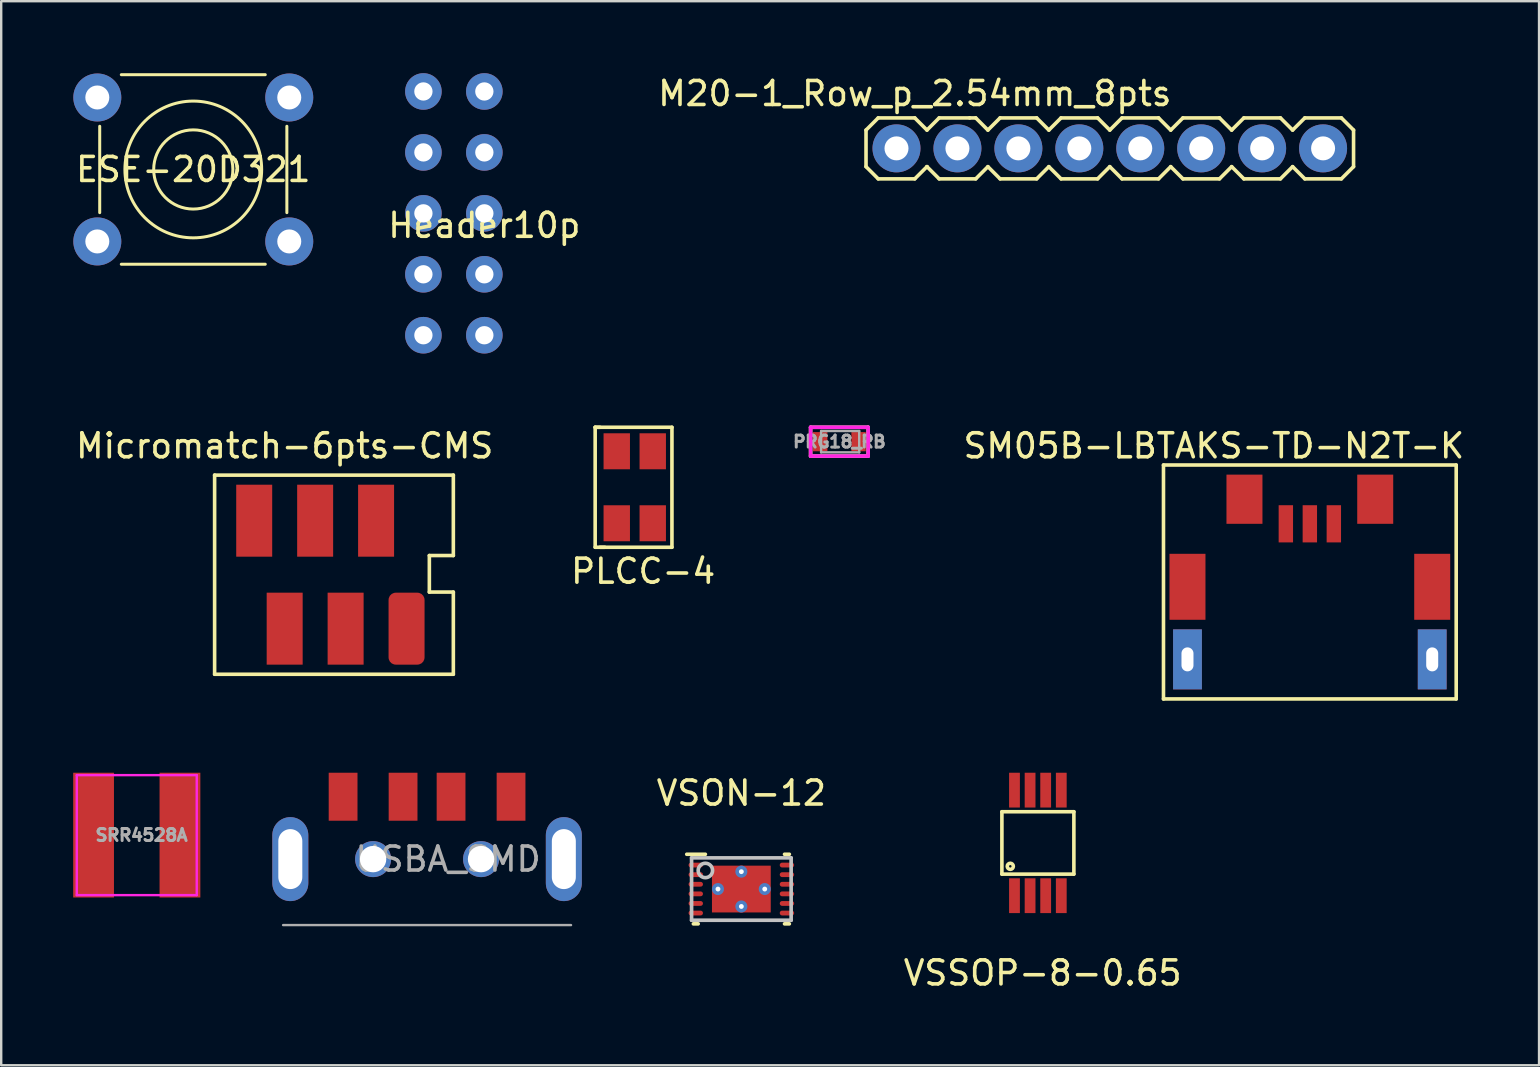
<source format=kicad_pcb>
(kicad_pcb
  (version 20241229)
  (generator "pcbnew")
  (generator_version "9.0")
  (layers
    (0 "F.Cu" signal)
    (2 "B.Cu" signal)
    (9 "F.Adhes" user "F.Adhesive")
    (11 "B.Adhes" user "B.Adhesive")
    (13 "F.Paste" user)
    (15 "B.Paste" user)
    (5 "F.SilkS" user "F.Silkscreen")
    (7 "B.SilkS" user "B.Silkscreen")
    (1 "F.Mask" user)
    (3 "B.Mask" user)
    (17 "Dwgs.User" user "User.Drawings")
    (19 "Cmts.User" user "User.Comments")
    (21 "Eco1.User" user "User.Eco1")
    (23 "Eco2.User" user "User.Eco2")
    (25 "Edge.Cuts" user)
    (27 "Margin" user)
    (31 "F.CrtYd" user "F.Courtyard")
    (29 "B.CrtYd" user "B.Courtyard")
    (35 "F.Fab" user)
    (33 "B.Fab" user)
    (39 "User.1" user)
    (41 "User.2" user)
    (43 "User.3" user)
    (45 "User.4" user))
  (footprint "USBA_SMD"
    (layer "F.Cu")
    (at 14.75 32.757)
    (property "Reference" "USBA_SMD" (at 0.875 0 0) (layer "F.Fab") (effects (font (size 1 1) (thickness 0.15))))
    (attr through_hole)
    (fp_line (start -6 2.75) (end 6 2.75) (stroke (width 0.1) (type solid)) (layer "F.Fab"))
    (pad "" np_thru_hole oval (at -5.7 0) (size 1.5 3.5) (drill oval 1 2.5) (layers "*.Cu" "*.Mask"))
    (pad "" np_thru_hole circle (at -2.25 0) (size 1.5 1.5) (drill 1.1) (layers "*.Cu" "*.Mask"))
    (pad "" np_thru_hole circle (at 2.25 0) (size 1.5 1.5) (drill 1.1) (layers "*.Cu" "*.Mask"))
    (pad "" np_thru_hole oval (at 5.7 0) (size 1.5 3.5) (drill oval 1 2.5) (layers "*.Cu" "*.Mask"))
    (pad "1" smd rect (at 3.5 -2.6) (size 1.2 2) (layers "F.Cu" "F.Mask" "F.Paste"))
    (pad "2" smd rect (at 1 -2.6) (size 1.2 2) (layers "F.Cu" "F.Mask" "F.Paste"))
    (pad "3" smd rect (at -1 -2.6) (size 1.2 2) (layers "F.Cu" "F.Mask" "F.Paste"))
    (pad "4" smd rect (at -3.5 -2.6) (size 1.2 2) (layers "F.Cu" "F.Mask" "F.Paste")))
  (footprint "VSON-12"
    (layer "F.Cu")
    (at 27.849 34.005)
    (property "Reference" "VSON-12" (at 0 -4 0) (layer "F.SilkS") (effects (font (size 1 1) (thickness 0.15))))
    (attr smd)
    (fp_line (start -2.275 -1.45) (end -1.5 -1.45) (stroke (width 0.152) (type solid)) (layer "F.SilkS"))
    (fp_line (start -2 1.45) (end -1.8 1.45) (stroke (width 0.152) (type solid)) (layer "F.SilkS"))
    (fp_line (start 1.8 -1.45) (end 2 -1.45) (stroke (width 0.152) (type solid)) (layer "F.SilkS"))
    (fp_line (start 1.8 1.45) (end 2 1.45) (stroke (width 0.152) (type solid)) (layer "F.SilkS"))
    (fp_line (start -2.075 -1.3) (end 2.075 -1.3) (stroke (width 0.152) (type solid)) (layer "Dwgs.User"))
    (fp_line (start -2.075 1.3) (end -2.075 -1.3) (stroke (width 0.152) (type solid)) (layer "Dwgs.User"))
    (fp_line (start -2.075 1.3) (end 2.075 1.3) (stroke (width 0.152) (type solid)) (layer "Dwgs.User"))
    (fp_line (start 2.075 1.3) (end 2.075 -1.3) (stroke (width 0.152) (type solid)) (layer "Dwgs.User"))
    (fp_circle (center -1.5 -0.775) (end -1.2 -0.775) (stroke (width 0.152) (type solid)) (fill no) (layer "Dwgs.User"))
    (pad "1" smd oval (at -1.9 -1 90) (size 0.2 0.6) (layers "F.Cu" "F.Mask" "F.Paste"))
    (pad "2" smd oval (at -1.9 -0.6 90) (size 0.2 0.6) (layers "F.Cu" "F.Mask" "F.Paste"))
    (pad "3" smd oval (at -1.9 -0.2 90) (size 0.2 0.6) (layers "F.Cu" "F.Mask" "F.Paste"))
    (pad "4" smd oval (at -1.9 0.2 90) (size 0.2 0.6) (layers "F.Cu" "F.Mask" "F.Paste"))
    (pad "5" smd oval (at -1.9 0.6 90) (size 0.2 0.6) (layers "F.Cu" "F.Mask" "F.Paste"))
    (pad "6" smd oval (at -1.9 1 90) (size 0.2 0.6) (layers "F.Cu" "F.Mask" "F.Paste"))
    (pad "7" smd oval (at 1.9 1 90) (size 0.2 0.6) (layers "F.Cu" "F.Mask" "F.Paste"))
    (pad "8" smd oval (at 1.9 0.6 90) (size 0.2 0.6) (layers "F.Cu" "F.Mask" "F.Paste"))
    (pad "9" smd oval (at 1.9 0.2 90) (size 0.2 0.6) (layers "F.Cu" "F.Mask" "F.Paste"))
    (pad "10" smd oval (at 1.9 -0.2 90) (size 0.2 0.6) (layers "F.Cu" "F.Mask" "F.Paste"))
    (pad "11" smd oval (at 1.9 -0.6 90) (size 0.2 0.6) (layers "F.Cu" "F.Mask" "F.Paste"))
    (pad "12" smd oval (at 1.9 -1 90) (size 0.2 0.6) (layers "F.Cu" "F.Mask" "F.Paste"))
    (pad "13" thru_hole circle (at -0.975 0.000003) (size 0.5 0.5) (drill 0.203) (layers "*.Cu" "*.Mask"))
    (pad "13" thru_hole circle (at 0 -0.725) (size 0.5 0.5) (drill 0.203) (layers "*.Cu" "*.Mask"))
    (pad "13" smd rect (at 0 0) (size 2.45 1.95) (layers "F.Cu" "F.Mask" "F.Paste"))
    (pad "13" thru_hole circle (at 0 0.725) (size 0.5 0.5) (drill 0.203) (layers "*.Cu" "*.Mask"))
    (pad "13" thru_hole circle (at 0.975 0.000003) (size 0.5 0.5) (drill 0.203) (layers "*.Cu" "*.Mask")))
  (footprint "ESE-20D321"
    (layer "F.Cu")
    (at 5.006 4.013)
    (property "Reference" "ESE-20D321" (at 0 0 0) (layer "F.SilkS") (effects (font (size 1 1) (thickness 0.15))))
    (attr through_hole)
    (fp_line (start -3.9 1.8) (end -3.9 -1.8) (stroke (width 0.125) (type solid)) (layer "F.SilkS"))
    (fp_line (start -3 -3.95) (end 3 -3.95) (stroke (width 0.125) (type solid)) (layer "F.SilkS"))
    (fp_line (start 3 3.95) (end -3 3.95) (stroke (width 0.125) (type solid)) (layer "F.SilkS"))
    (fp_line (start 3.9 -1.8) (end 3.9 1.8) (stroke (width 0.125) (type solid)) (layer "F.SilkS"))
    (fp_circle (center 0 0) (end 1.65 0) (stroke (width 0.125) (type solid)) (fill no) (layer "F.SilkS"))
    (fp_circle (center 0 0) (end 2.85 0) (stroke (width 0.125) (type solid)) (fill no) (layer "F.SilkS"))
    (pad "1" thru_hole circle (at -4 -3) (size 2 2) (drill 1) (layers "*.Cu" "*.Mask"))
    (pad "1" thru_hole circle (at 4 -3) (size 2 2) (drill 1) (layers "*.Cu" "*.Mask"))
    (pad "2" thru_hole circle (at -4 3) (size 2 2) (drill 1) (layers "*.Cu" "*.Mask"))
    (pad "2" thru_hole circle (at 4 3) (size 2 2) (drill 1) (layers "*.Cu" "*.Mask")))
  (footprint "PLCC-4"
    (layer "F.Cu")
    (at 23.406 17.259)
    (property "Reference" "PLCC-4" (at 0.35 3.5 0) (layer "F.SilkS") (effects (font (size 1 1) (thickness 0.15))))
    (attr through_hole)
    (fp_line (start -1.65 -2.5) (end -1.45 -2.5) (stroke (width 0.15) (type solid)) (layer "F.SilkS"))
    (fp_line (start -1.65 -2.5) (end 1.55 -2.5) (stroke (width 0.15) (type solid)) (layer "F.SilkS"))
    (fp_line (start -1.65 2.5) (end -1.65 -2.5) (stroke (width 0.15) (type solid)) (layer "F.SilkS"))
    (fp_line (start -1.25 2.5) (end -1.65 2.5) (stroke (width 0.15) (type solid)) (layer "F.SilkS"))
    (fp_line (start 1.55 -2.5) (end 1.55 2.5) (stroke (width 0.15) (type solid)) (layer "F.SilkS"))
    (fp_line (start 1.55 2.5) (end -1.45 2.5) (stroke (width 0.15) (type solid)) (layer "F.SilkS"))
    (pad "1" smd rect (at -0.75 1.5) (size 1.1 1.5) (layers "F.Cu" "F.Mask" "F.Paste"))
    (pad "2" smd rect (at -0.75 -1.5) (size 1.1 1.5) (layers "F.Cu" "F.Mask" "F.Paste"))
    (pad "3" smd rect (at 0.75 -1.5) (size 1.1 1.5) (layers "F.Cu" "F.Mask" "F.Paste"))
    (pad "4" smd rect (at 0.75 1.5) (size 1.1 1.5) (layers "F.Cu" "F.Mask" "F.Paste")))
  (footprint "PRG18_RB"
    (layer "F.Cu")
    (at 31.935 15.359)
    (property "Reference" "PRG18_RB" (at 0 0 0) (layer "F.Fab") (effects (font (size 0.5 0.5) (thickness 0.125))))
    (attr through_hole)
    (fp_line (start -1.2 -0.6) (end 1.2 -0.6) (stroke (width 0.15) (type solid)) (layer "F.SilkS"))
    (fp_line (start -1.2 0.6) (end -1.2 -0.6) (stroke (width 0.15) (type solid)) (layer "F.SilkS"))
    (fp_line (start 1.2 -0.6) (end 1.2 0.6) (stroke (width 0.15) (type solid)) (layer "F.SilkS"))
    (fp_line (start 1.2 0.6) (end -1.2 0.6) (stroke (width 0.15) (type solid)) (layer "F.SilkS"))
    (fp_line (start -1.2 -0.6) (end 1.2 -0.6) (stroke (width 0.15) (type solid)) (layer "F.CrtYd"))
    (fp_line (start -1.2 0.6) (end -1.2 -0.6) (stroke (width 0.15) (type solid)) (layer "F.CrtYd"))
    (fp_line (start 1.2 -0.6) (end 1.2 0.6) (stroke (width 0.15) (type solid)) (layer "F.CrtYd"))
    (fp_line (start 1.2 0.6) (end -1.2 0.6) (stroke (width 0.15) (type solid)) (layer "F.CrtYd"))
    (fp_line (start -0.762 -0.445) (end 0.826 -0.445) (stroke (width 0.1) (type solid)) (layer "F.Fab"))
    (fp_line (start -0.762 0.445) (end -0.762 -0.445) (stroke (width 0.1) (type solid)) (layer "F.Fab"))
    (fp_line (start 0.826 -0.445) (end 0.826 0.445) (stroke (width 0.1) (type solid)) (layer "F.Fab"))
    (fp_line (start 0.826 0.445) (end -0.762 0.445) (stroke (width 0.1) (type solid)) (layer "F.Fab"))
    (pad "1" smd rect (at -0.8 0) (size 0.6 0.8) (layers "F.Cu" "F.Mask" "F.Paste"))
    (pad "2" smd rect (at 0.8 0) (size 0.6 0.8) (layers "F.Cu" "F.Mask" "F.Paste")))
  (footprint "SRR4528A"
    (layer "F.Cu")
    (at 2.65 31.757)
    (property "Reference" "SRR4528A" (at 0.2 0 0) (layer "F.Fab") (effects (font (size 0.5 0.5) (thickness 0.125))))
    (attr through_hole)
    (fp_line (start -2.5 -2.5) (end -2.5 2.5) (stroke (width 0.1) (type solid)) (layer "F.CrtYd"))
    (fp_line (start -2.5 2.5) (end 2.5 2.5) (stroke (width 0.1) (type solid)) (layer "F.CrtYd"))
    (fp_line (start 2.5 -2.5) (end -2.5 -2.5) (stroke (width 0.1) (type solid)) (layer "F.CrtYd"))
    (fp_line (start 2.5 2.5) (end 2.5 -2.5) (stroke (width 0.1) (type solid)) (layer "F.CrtYd"))
    (pad "1" smd rect (at -1.8 0) (size 1.7 5.2) (layers "F.Cu" "F.Mask" "F.Paste"))
    (pad "2" smd rect (at 1.8 0) (size 1.7 5.2) (layers "F.Cu" "F.Mask" "F.Paste")))
  (footprint "M20-1_Row_p_2.54mm_8pts"
    (layer "F.Cu")
    (at 34.315 3.134)
    (property "Reference" "M20-1_Row_p_2.54mm_8pts" (at 0.762 -2.286 0) (layer "F.SilkS") (effects (font (size 1 1) (thickness 0.15))))
    (attr through_hole)
    (fp_line (start -1.27 -0.762) (end -0.762 -1.27) (stroke (width 0.15) (type solid)) (layer "F.SilkS"))
    (fp_line (start -1.27 0.762) (end -1.27 -0.762) (stroke (width 0.15) (type solid)) (layer "F.SilkS"))
    (fp_line (start -0.762 -1.27) (end 0.762 -1.27) (stroke (width 0.15) (type solid)) (layer "F.SilkS"))
    (fp_line (start -0.762 1.27) (end -1.27 0.762) (stroke (width 0.15) (type solid)) (layer "F.SilkS"))
    (fp_line (start 0.762 -1.27) (end 1.27 -0.762) (stroke (width 0.15) (type solid)) (layer "F.SilkS"))
    (fp_line (start 0.762 1.27) (end -0.762 1.27) (stroke (width 0.15) (type solid)) (layer "F.SilkS"))
    (fp_line (start 0.762 1.27) (end 1.27 0.762) (stroke (width 0.15) (type solid)) (layer "F.SilkS"))
    (fp_line (start 1.27 -0.762) (end 1.778 -1.27) (stroke (width 0.15) (type solid)) (layer "F.SilkS"))
    (fp_line (start 1.27 0.762) (end 1.27 0.762) (stroke (width 0.15) (type solid)) (layer "F.SilkS"))
    (fp_line (start 1.27 0.762) (end 1.778 1.27) (stroke (width 0.15) (type solid)) (layer "F.SilkS"))
    (fp_line (start 1.778 -1.27) (end 3.048 -1.27) (stroke (width 0.15) (type solid)) (layer "F.SilkS"))
    (fp_line (start 1.778 1.27) (end 3.302 1.27) (stroke (width 0.15) (type solid)) (layer "F.SilkS"))
    (fp_line (start 3.048 -1.27) (end 3.302 -1.27) (stroke (width 0.15) (type solid)) (layer "F.SilkS"))
    (fp_line (start 3.302 -1.27) (end 3.81 -0.762) (stroke (width 0.15) (type solid)) (layer "F.SilkS"))
    (fp_line (start 3.302 1.27) (end 3.81 0.762) (stroke (width 0.15) (type solid)) (layer "F.SilkS"))
    (fp_line (start 3.81 -0.762) (end 4.318 -1.27) (stroke (width 0.15) (type solid)) (layer "F.SilkS"))
    (fp_line (start 3.81 0.762) (end 4.318 1.27) (stroke (width 0.15) (type solid)) (layer "F.SilkS"))
    (fp_line (start 4.318 -1.27) (end 5.842 -1.27) (stroke (width 0.15) (type solid)) (layer "F.SilkS"))
    (fp_line (start 4.318 1.27) (end 5.842 1.27) (stroke (width 0.15) (type solid)) (layer "F.SilkS"))
    (fp_line (start 5.842 -1.27) (end 6.35 -0.762) (stroke (width 0.15) (type solid)) (layer "F.SilkS"))
    (fp_line (start 5.842 1.27) (end 6.35 0.762) (stroke (width 0.15) (type solid)) (layer "F.SilkS"))
    (fp_line (start 6.35 -0.762) (end 6.858 -1.27) (stroke (width 0.15) (type solid)) (layer "F.SilkS"))
    (fp_line (start 6.35 0.762) (end 6.858 1.27) (stroke (width 0.15) (type solid)) (layer "F.SilkS"))
    (fp_line (start 6.858 -1.27) (end 8.382 -1.27) (stroke (width 0.15) (type solid)) (layer "F.SilkS"))
    (fp_line (start 6.858 1.27) (end 8.382 1.27) (stroke (width 0.15) (type solid)) (layer "F.SilkS"))
    (fp_line (start 8.382 -1.27) (end 8.89 -0.762) (stroke (width 0.15) (type solid)) (layer "F.SilkS"))
    (fp_line (start 8.382 1.27) (end 8.89 0.762) (stroke (width 0.15) (type solid)) (layer "F.SilkS"))
    (fp_line (start 8.89 -0.762) (end 9.398 -1.27) (stroke (width 0.15) (type solid)) (layer "F.SilkS"))
    (fp_line (start 8.89 0.762) (end 9.398 1.27) (stroke (width 0.15) (type solid)) (layer "F.SilkS"))
    (fp_line (start 9.398 -1.27) (end 10.922 -1.27) (stroke (width 0.15) (type solid)) (layer "F.SilkS"))
    (fp_line (start 9.398 1.27) (end 10.922 1.27) (stroke (width 0.15) (type solid)) (layer "F.SilkS"))
    (fp_line (start 10.922 -1.27) (end 11.43 -0.762) (stroke (width 0.15) (type solid)) (layer "F.SilkS"))
    (fp_line (start 10.922 1.27) (end 11.43 0.762) (stroke (width 0.15) (type solid)) (layer "F.SilkS"))
    (fp_line (start 11.43 -0.762) (end 11.938 -1.27) (stroke (width 0.15) (type solid)) (layer "F.SilkS"))
    (fp_line (start 11.43 0.762) (end 11.938 1.27) (stroke (width 0.15) (type solid)) (layer "F.SilkS"))
    (fp_line (start 11.938 -1.27) (end 13.462 -1.27) (stroke (width 0.15) (type solid)) (layer "F.SilkS"))
    (fp_line (start 11.938 1.27) (end 13.462 1.27) (stroke (width 0.15) (type solid)) (layer "F.SilkS"))
    (fp_line (start 13.462 -1.27) (end 13.97 -0.762) (stroke (width 0.15) (type solid)) (layer "F.SilkS"))
    (fp_line (start 13.462 1.27) (end 13.97 0.762) (stroke (width 0.15) (type solid)) (layer "F.SilkS"))
    (fp_line (start 13.97 -0.762) (end 14.478 -1.27) (stroke (width 0.15) (type solid)) (layer "F.SilkS"))
    (fp_line (start 13.97 0.762) (end 14.478 1.27) (stroke (width 0.15) (type solid)) (layer "F.SilkS"))
    (fp_line (start 14.478 -1.27) (end 16.002 -1.27) (stroke (width 0.15) (type solid)) (layer "F.SilkS"))
    (fp_line (start 14.478 1.27) (end 16.002 1.27) (stroke (width 0.15) (type solid)) (layer "F.SilkS"))
    (fp_line (start 16.002 -1.27) (end 16.51 -0.762) (stroke (width 0.15) (type solid)) (layer "F.SilkS"))
    (fp_line (start 16.51 -0.762) (end 17.018 -1.27) (stroke (width 0.15) (type solid)) (layer "F.SilkS"))
    (fp_line (start 16.51 0.762) (end 16.002 1.27) (stroke (width 0.15) (type solid)) (layer "F.SilkS"))
    (fp_line (start 16.51 0.762) (end 17.018 1.27) (stroke (width 0.15) (type solid)) (layer "F.SilkS"))
    (fp_line (start 17.018 -1.27) (end 18.542 -1.27) (stroke (width 0.15) (type solid)) (layer "F.SilkS"))
    (fp_line (start 17.018 1.27) (end 18.542 1.27) (stroke (width 0.15) (type solid)) (layer "F.SilkS"))
    (fp_line (start 18.542 -1.27) (end 19.05 -0.762) (stroke (width 0.15) (type solid)) (layer "F.SilkS"))
    (fp_line (start 18.542 1.27) (end 19.05 0.762) (stroke (width 0.15) (type solid)) (layer "F.SilkS"))
    (fp_line (start 19.05 -0.762) (end 19.05 0.762) (stroke (width 0.15) (type solid)) (layer "F.SilkS"))
    (pad "1" thru_hole circle (at 0 0) (size 2 2) (drill 1) (layers "*.Cu" "*.Mask"))
    (pad "2" thru_hole circle (at 2.54 0) (size 2 2) (drill 1) (layers "*.Cu" "*.Mask"))
    (pad "3" thru_hole circle (at 5.08 0) (size 2 2) (drill 1) (layers "*.Cu" "*.Mask"))
    (pad "4" thru_hole circle (at 7.62 0) (size 2 2) (drill 1) (layers "*.Cu" "*.Mask"))
    (pad "5" thru_hole circle (at 10.16 0) (size 2 2) (drill 1) (layers "*.Cu" "*.Mask"))
    (pad "6" thru_hole circle (at 12.7 0) (size 2 2) (drill 1) (layers "*.Cu" "*.Mask"))
    (pad "7" thru_hole circle (at 15.24 0) (size 2 2) (drill 1) (layers "*.Cu" "*.Mask"))
    (pad "8" thru_hole circle (at 17.78 0) (size 2 2) (drill 1) (layers "*.Cu" "*.Mask")))
  (footprint "VSSOP-8-0.65"
    (layer "F.Cu")
    (at 40.208 32.082)
    (property "Reference" "VSSOP-8-0.65" (at 0.2 5.42 0) (layer "F.SilkS") (effects (font (size 1 1) (thickness 0.15))))
    (attr smd)
    (fp_line (start -1.5 -1.3) (end 1.5 -1.3) (stroke (width 0.15) (type solid)) (layer "F.SilkS"))
    (fp_line (start -1.5 1.3) (end -1.5 -1.3) (stroke (width 0.15) (type solid)) (layer "F.SilkS"))
    (fp_line (start -1.5 1.3) (end 1.5 1.3) (stroke (width 0.15) (type solid)) (layer "F.SilkS"))
    (fp_line (start 1.5 1.3) (end 1.5 -1.3) (stroke (width 0.15) (type solid)) (layer "F.SilkS"))
    (fp_circle (center -1.15 0.975) (end -1.025 1) (stroke (width 0.15) (type solid)) (fill no) (layer "F.SilkS"))
    (pad "1" smd rect (at -0.975 2.2) (size 0.45 1.45) (layers "F.Cu" "F.Mask" "F.Paste"))
    (pad "2" smd rect (at -0.325 2.2) (size 0.45 1.45) (layers "F.Cu" "F.Mask" "F.Paste"))
    (pad "3" smd rect (at 0.325 2.2) (size 0.45 1.45) (layers "F.Cu" "F.Mask" "F.Paste"))
    (pad "4" smd rect (at 0.975 2.2) (size 0.45 1.45) (layers "F.Cu" "F.Mask" "F.Paste"))
    (pad "5" smd rect (at 0.975 -2.2) (size 0.45 1.45) (layers "F.Cu" "F.Mask" "F.Paste"))
    (pad "6" smd rect (at 0.325 -2.2) (size 0.45 1.45) (layers "F.Cu" "F.Mask" "F.Paste"))
    (pad "7" smd rect (at -0.325 -2.2) (size 0.45 1.45) (layers "F.Cu" "F.Mask" "F.Paste"))
    (pad "8" smd rect (at -0.975 -2.2) (size 0.45 1.45) (layers "F.Cu" "F.Mask" "F.Paste")))
  (footprint "SM05B-LBTAKS-TD-N2T-K"
    (layer "F.Cu")
    (at 46.443 24.432)
    (property "Reference" "SM05B-LBTAKS-TD-N2T-K" (at 1.1 -8.9 0) (layer "F.SilkS") (effects (font (size 1 1) (thickness 0.15))))
    (attr through_hole)
    (fp_line (start -1 -8.1) (end 11.2 -8.1) (stroke (width 0.15) (type solid)) (layer "F.SilkS"))
    (fp_line (start -1 1.65) (end -1 -8.1) (stroke (width 0.15) (type solid)) (layer "F.SilkS"))
    (fp_line (start 11.2 -8.1) (end 11.2 1.65) (stroke (width 0.15) (type solid)) (layer "F.SilkS"))
    (fp_line (start 11.2 1.65) (end -1 1.65) (stroke (width 0.15) (type solid)) (layer "F.SilkS"))
    (pad "0" thru_hole rect (at 0 0) (size 1.2 2.5) (drill oval 0.5 1) (layers "*.Cu" "*.Mask"))
    (pad "0" thru_hole rect (at 10.2 0) (size 1.2 2.5) (drill oval 0.5 1) (layers "*.Cu" "*.Mask"))
    (pad "1" smd rect (at 0 -3.025) (size 1.5 2.75) (layers "F.Cu" "F.Mask" "F.Paste"))
    (pad "1" smd rect (at 2.375 -6.675) (size 1.5 2.05) (layers "F.Cu" "F.Mask" "F.Paste"))
    (pad "2" smd rect (at 4.1 -5.65) (size 0.6 1.55) (layers "F.Cu" "F.Mask" "F.Paste"))
    (pad "3" smd rect (at 5.1 -5.65) (size 0.6 1.55) (layers "F.Cu" "F.Mask" "F.Paste"))
    (pad "4" smd rect (at 6.1 -5.65) (size 0.6 1.55) (layers "F.Cu" "F.Mask" "F.Paste"))
    (pad "5" smd rect (at 7.825 -6.675) (size 1.5 2.05) (layers "F.Cu" "F.Mask" "F.Paste"))
    (pad "5" smd rect (at 10.2 -3.025) (size 1.5 2.75) (layers "F.Cu" "F.Mask" "F.Paste")))
  (footprint "Micromatch-6pts-CMS"
    (layer "F.Cu")
    (at 13.895 23.152)
    (property "Reference" "Micromatch-6pts-CMS" (at -5.08 -7.62 0) (layer "F.SilkS") (effects (font (size 1 1) (thickness 0.15))))
    (attr through_hole)
    (fp_line (start -8 -6.4) (end 1.95 -6.4) (stroke (width 0.15) (type solid)) (layer "F.SilkS"))
    (fp_line (start -8 1.9) (end -8 -6.4) (stroke (width 0.15) (type solid)) (layer "F.SilkS"))
    (fp_line (start 0.95 -3.048) (end 1.95 -3.048) (stroke (width 0.15) (type solid)) (layer "F.SilkS"))
    (fp_line (start 0.95 -1.524) (end 0.95 -3.048) (stroke (width 0.15) (type solid)) (layer "F.SilkS"))
    (fp_line (start 1.95 -3.048) (end 1.95 -6.4) (stroke (width 0.15) (type solid)) (layer "F.SilkS"))
    (fp_line (start 1.95 -1.524) (end 0.95 -1.524) (stroke (width 0.15) (type solid)) (layer "F.SilkS"))
    (fp_line (start 1.95 1.9) (end -8 1.9) (stroke (width 0.15) (type solid)) (layer "F.SilkS"))
    (fp_line (start 1.95 1.9) (end 1.95 -1.524) (stroke (width 0.15) (type solid)) (layer "F.SilkS"))
    (pad "1" smd roundrect (at 0 0) (size 1.5 3) (layers "F.Cu" "F.Mask" "F.Paste") (roundrect_rratio 0.2))
    (pad "2" smd rect (at -1.27 -4.5) (size 1.5 3) (layers "F.Cu" "F.Mask" "F.Paste"))
    (pad "3" smd rect (at -2.54 0) (size 1.5 3) (layers "F.Cu" "F.Mask" "F.Paste"))
    (pad "4" smd rect (at -3.81 -4.5) (size 1.5 3) (layers "F.Cu" "F.Mask" "F.Paste"))
    (pad "5" smd rect (at -5.08 0) (size 1.5 3) (layers "F.Cu" "F.Mask" "F.Paste"))
    (pad "6" smd rect (at -6.35 -4.5) (size 1.5 3) (layers "F.Cu" "F.Mask" "F.Paste")))
  (footprint "Header10p"
    (layer "F.Cu")
    (at 17.137 5.842)
    (property "Reference" "Header10p" (at 0 0.5 0) (layer "F.SilkS") (effects (font (size 1 1) (thickness 0.15))))
    (attr through_hole)
    (pad "1" thru_hole circle (at -2.54 -5.08) (size 1.524 1.524) (drill 0.762) (layers "*.Cu" "*.Mask"))
    (pad "2" thru_hole circle (at 0 -5.08) (size 1.524 1.524) (drill 0.762) (layers "*.Cu" "*.Mask"))
    (pad "3" thru_hole circle (at -2.54 -2.54) (size 1.524 1.524) (drill 0.762) (layers "*.Cu" "*.Mask"))
    (pad "4" thru_hole circle (at 0 -2.54) (size 1.524 1.524) (drill 0.762) (layers "*.Cu" "*.Mask"))
    (pad "5" thru_hole circle (at -2.54 0) (size 1.524 1.524) (drill 0.762) (layers "*.Cu" "*.Mask"))
    (pad "6" thru_hole circle (at 0 0) (size 1.524 1.524) (drill 0.762) (layers "*.Cu" "*.Mask"))
    (pad "7" thru_hole circle (at -2.54 2.54) (size 1.524 1.524) (drill 0.762) (layers "*.Cu" "*.Mask"))
    (pad "8" thru_hole circle (at 0 2.54) (size 1.524 1.524) (drill 0.762) (layers "*.Cu" "*.Mask"))
    (pad "9" thru_hole circle (at -2.54 5.08) (size 1.524 1.524) (drill 0.762) (layers "*.Cu" "*.Mask"))
    (pad "10" thru_hole circle (at 0 5.08) (size 1.524 1.524) (drill 0.762) (layers "*.Cu" "*.Mask")))
  (gr_rect
    (start -3 -3)
    (end 61.096 41.35)
    (stroke (width 0.1) (type default))
    (fill no)
    (layer "Edge.Cuts")))
</source>
